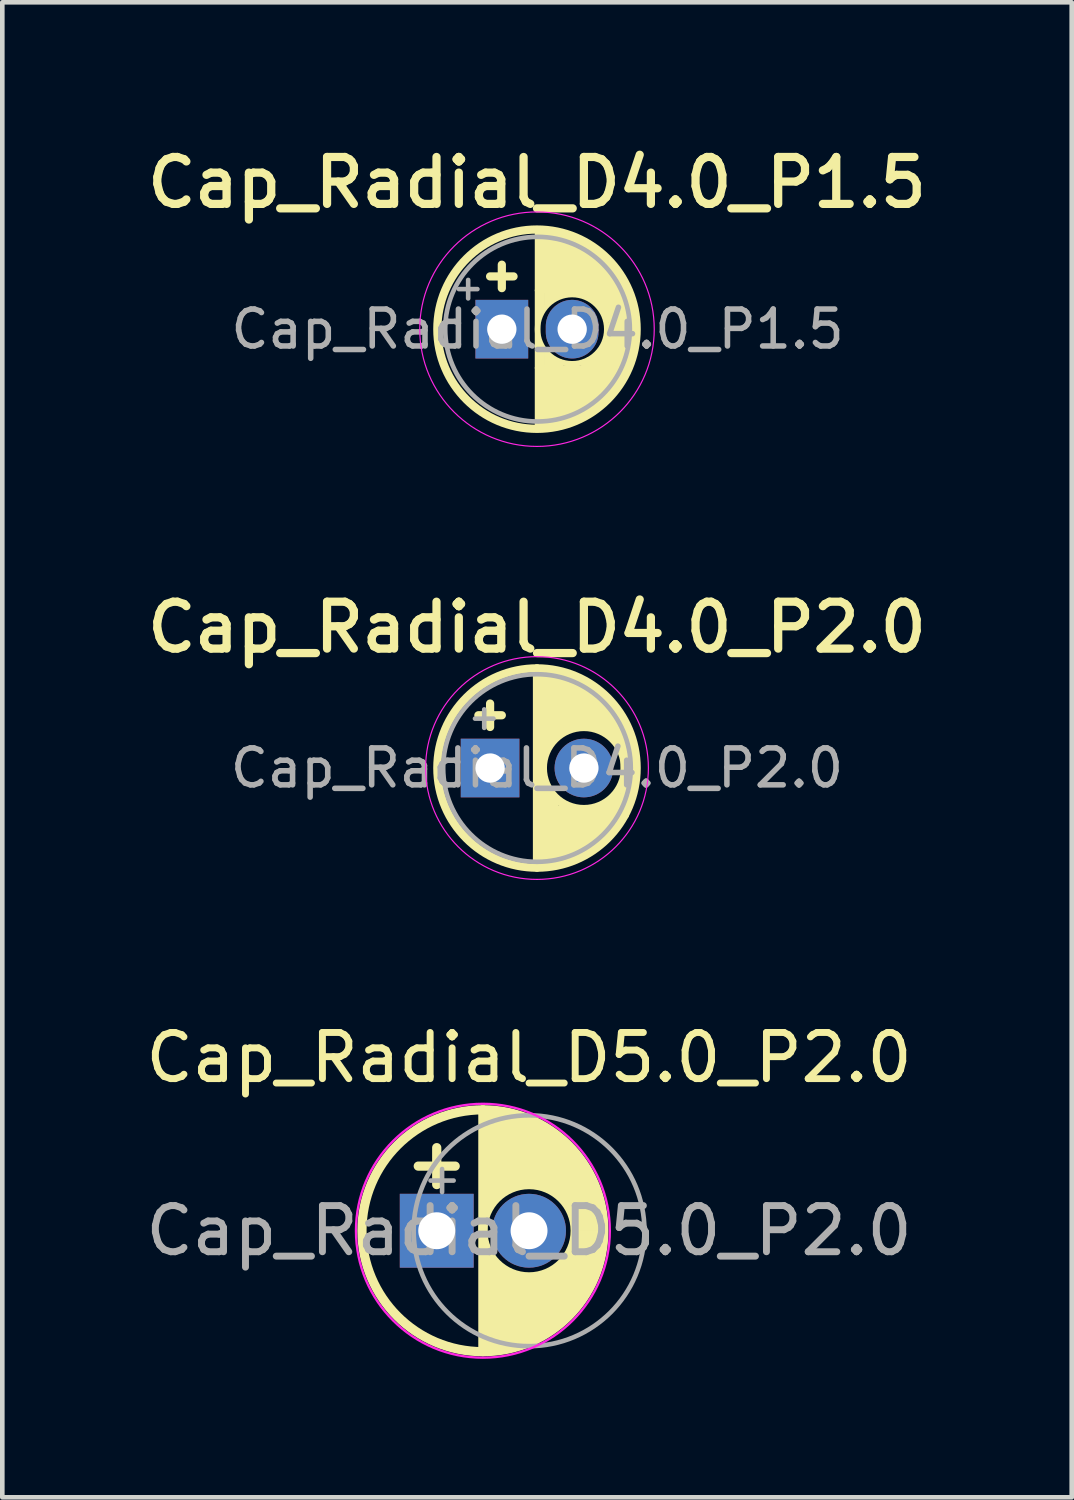
<source format=kicad_pcb>
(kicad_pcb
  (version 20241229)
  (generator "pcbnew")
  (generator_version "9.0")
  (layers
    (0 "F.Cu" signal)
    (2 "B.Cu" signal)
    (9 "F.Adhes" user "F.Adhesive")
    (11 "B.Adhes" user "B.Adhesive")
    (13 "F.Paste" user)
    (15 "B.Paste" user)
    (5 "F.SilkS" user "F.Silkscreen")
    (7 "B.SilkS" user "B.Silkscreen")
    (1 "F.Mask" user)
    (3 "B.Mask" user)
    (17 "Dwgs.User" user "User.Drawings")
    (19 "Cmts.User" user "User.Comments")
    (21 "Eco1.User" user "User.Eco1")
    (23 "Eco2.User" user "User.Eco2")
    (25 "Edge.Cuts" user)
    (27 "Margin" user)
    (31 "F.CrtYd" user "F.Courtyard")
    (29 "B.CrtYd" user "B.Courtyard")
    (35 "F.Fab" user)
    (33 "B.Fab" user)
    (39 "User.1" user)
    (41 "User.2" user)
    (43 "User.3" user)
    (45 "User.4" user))
  (footprint "Cap_Radial_D5.0_P2.0"
    (layer "F.Cu")
    (at 7.411 23.612)
    (property "Reference" "Cap_Radial_D5.0_P2.0" (at 1 -3.75 0) (layer "F.SilkS") (effects (font (size 1 1) (thickness 0.15))))
    (attr through_hole)
    (fp_line (start -1.4 -1.4) (end -0.6 -1.4) (stroke (width 0.2) (type solid)) (layer "F.SilkS"))
    (fp_line (start -1 -1.8) (end -1 -1) (stroke (width 0.2) (type solid)) (layer "F.SilkS"))
    (fp_line (start 0 -2.62) (end 0 2.62) (stroke (width 0.2) (type default)) (layer "F.SilkS"))
    (fp_line (start 2.561 -0.518) (end 2.561 0.518) (stroke (width 0.12) (type solid)) (layer "F.SilkS"))
    (fp_line (start 2.601 -0.284) (end 2.601 0.284) (stroke (width 0.12) (type solid)) (layer "F.SilkS"))
    (fp_circle (center 0 0) (end 2.62 0) (stroke (width 0.2) (type solid)) (fill no) (layer "F.SilkS"))
    (fp_circle (center 1 0) (end 2 0) (stroke (width 0.2) (type default)) (fill no) (layer "F.SilkS"))
    (fp_poly (pts (xy 0 -0.6) (xy 0 -2.62) (xy 1 -2.4) (xy 2 -1.8) (xy 2.5 -0.8) (xy 2.62 0) (xy 2 0) (xy 1.8 -0.6) (xy 1.2 -1) (xy 0.8 -1) (xy 0.2 -0.6)) (stroke (width 0.025) (type solid)) (fill yes) (layer "F.SilkS"))
    (fp_poly (pts (xy 0 0.6) (xy 0 2.62) (xy 1 2.4) (xy 2 1.8) (xy 2.5 0.8) (xy 2.62 0) (xy 2 0) (xy 1.8 0.6) (xy 1.2 1) (xy 0.8 1) (xy 0.2 0.6)) (stroke (width 0.025) (type solid)) (fill yes) (layer "F.SilkS"))
    (fp_circle (center 0 0) (end 2.75 0) (stroke (width 0.05) (type solid)) (fill no) (layer "F.CrtYd"))
    (fp_line (start -1.134 -1.087) (end -0.634 -1.087) (stroke (width 0.1) (type solid)) (layer "F.Fab"))
    (fp_line (start -0.884 -1.337) (end -0.884 -0.838) (stroke (width 0.1) (type solid)) (layer "F.Fab"))
    (fp_circle (center 1 0) (end 3.5 0) (stroke (width 0.1) (type solid)) (fill no) (layer "F.Fab"))
    (fp_text user "${REFERENCE}" (at 1 0 0) (layer "F.Fab") (effects (font (size 1 1) (thickness 0.15))))
    (pad "N" thru_hole circle (at 1 0) (size 1.6 1.6) (drill 0.8) (layers "*.Cu" "*.Mask"))
    (pad "P" thru_hole rect (at -1 0) (size 1.6 1.6) (drill 0.8) (layers "*.Cu" "*.Mask")))
  (footprint "Cap_Radial_D4.0_P2.0"
    (layer "F.Cu")
    (at 8.583 13.588)
    (property "Reference" "Cap_Radial_D4.0_P2.0" (at 0 -3.048 0) (layer "F.SilkS") (effects (font (size 1.016 1.016) (thickness 0.178))))
    (attr through_hole)
    (fp_line (start -1.27 -1.143) (end -0.762 -1.143) (stroke (width 0.178) (type solid)) (layer "F.SilkS"))
    (fp_line (start -1.016 -1.397) (end -1.016 -0.889) (stroke (width 0.178) (type solid)) (layer "F.SilkS"))
    (fp_line (start 0 2.159) (end 0 -2.159) (stroke (width 0.178) (type solid)) (layer "F.SilkS"))
    (fp_line (start 0.127 2.032) (end 0.127 -2.032) (stroke (width 0.178) (type solid)) (layer "F.SilkS"))
    (fp_line (start 0.254 -0.508) (end 0.254 -2.032) (stroke (width 0.178) (type solid)) (layer "F.SilkS"))
    (fp_line (start 0.254 2.032) (end 0.254 0.508) (stroke (width 0.178) (type solid)) (layer "F.SilkS"))
    (fp_line (start 0.381 -0.762) (end 0.381 -2.032) (stroke (width 0.178) (type solid)) (layer "F.SilkS"))
    (fp_line (start 0.381 2.032) (end 0.381 0.762) (stroke (width 0.178) (type solid)) (layer "F.SilkS"))
    (fp_line (start 0.508 -0.762) (end 0.508 -2.032) (stroke (width 0.178) (type solid)) (layer "F.SilkS"))
    (fp_line (start 0.508 2.032) (end 0.508 0.889) (stroke (width 0.178) (type solid)) (layer "F.SilkS"))
    (fp_line (start 0.635 -0.889) (end 0.635 -2.032) (stroke (width 0.178) (type solid)) (layer "F.SilkS"))
    (fp_line (start 0.635 1.905) (end 0.635 0.889) (stroke (width 0.178) (type solid)) (layer "F.SilkS"))
    (fp_line (start 0.762 -0.889) (end 0.762 -1.905) (stroke (width 0.178) (type solid)) (layer "F.SilkS"))
    (fp_line (start 0.762 1.905) (end 0.762 0.889) (stroke (width 0.178) (type solid)) (layer "F.SilkS"))
    (fp_line (start 0.889 -0.889) (end 0.889 -1.905) (stroke (width 0.178) (type solid)) (layer "F.SilkS"))
    (fp_line (start 0.889 1.905) (end 0.889 1.016) (stroke (width 0.178) (type solid)) (layer "F.SilkS"))
    (fp_line (start 1.016 -1.016) (end 1.016 -1.778) (stroke (width 0.178) (type solid)) (layer "F.SilkS"))
    (fp_line (start 1.016 1.778) (end 1.016 1.016) (stroke (width 0.178) (type solid)) (layer "F.SilkS"))
    (fp_line (start 1.143 -1.016) (end 1.143 -1.778) (stroke (width 0.178) (type solid)) (layer "F.SilkS"))
    (fp_line (start 1.143 1.778) (end 1.143 0.889) (stroke (width 0.178) (type solid)) (layer "F.SilkS"))
    (fp_line (start 1.27 -0.889) (end 1.27 -1.651) (stroke (width 0.178) (type solid)) (layer "F.SilkS"))
    (fp_line (start 1.27 1.651) (end 1.27 0.889) (stroke (width 0.178) (type solid)) (layer "F.SilkS"))
    (fp_line (start 1.397 -0.889) (end 1.397 -1.524) (stroke (width 0.178) (type solid)) (layer "F.SilkS"))
    (fp_line (start 1.397 1.524) (end 1.397 0.889) (stroke (width 0.178) (type solid)) (layer "F.SilkS"))
    (fp_line (start 1.524 -0.762) (end 1.524 -1.397) (stroke (width 0.178) (type solid)) (layer "F.SilkS"))
    (fp_line (start 1.524 1.397) (end 1.524 0.762) (stroke (width 0.178) (type solid)) (layer "F.SilkS"))
    (fp_line (start 1.651 -0.635) (end 1.651 -1.27) (stroke (width 0.178) (type solid)) (layer "F.SilkS"))
    (fp_line (start 1.651 1.27) (end 1.651 0.762) (stroke (width 0.178) (type solid)) (layer "F.SilkS"))
    (fp_line (start 1.778 -0.508) (end 1.778 -1.143) (stroke (width 0.178) (type solid)) (layer "F.SilkS"))
    (fp_line (start 1.778 1.143) (end 1.778 0.635) (stroke (width 0.178) (type solid)) (layer "F.SilkS"))
    (fp_line (start 1.905 0.635) (end 1.905 -0.889) (stroke (width 0.178) (type solid)) (layer "F.SilkS"))
    (fp_line (start 1.905 0.762) (end 1.905 -0.762) (stroke (width 0.178) (type solid)) (layer "F.SilkS"))
    (fp_line (start 1.905 1.016) (end 1.905 -0.508) (stroke (width 0.178) (type solid)) (layer "F.SilkS"))
    (fp_line (start 2.032 0.635) (end 2.032 -0.635) (stroke (width 0.12) (type solid)) (layer "F.SilkS"))
    (fp_circle (center 0 0) (end 2.159 0) (stroke (width 0.178) (type solid)) (fill no) (layer "F.SilkS"))
    (fp_circle (center 1.016 0) (end 1.905 0) (stroke (width 0.178) (type solid)) (fill no) (layer "F.SilkS"))
    (fp_circle (center 0 0) (end 2.413 0) (stroke (width 0.025) (type solid)) (fill no) (layer "F.CrtYd"))
    (fp_line (start -1.343 -1.07) (end -0.943 -1.07) (stroke (width 0.1) (type solid)) (layer "F.Fab"))
    (fp_line (start -1.143 -1.27) (end -1.143 -0.87) (stroke (width 0.1) (type solid)) (layer "F.Fab"))
    (fp_circle (center 0 0) (end 2.032 0) (stroke (width 0.1) (type solid)) (fill no) (layer "F.Fab"))
    (fp_text user "${REFERENCE}" (at 0 0 0) (layer "F.Fab") (effects (font (size 0.8 0.8) (thickness 0.12))))
    (pad "N" thru_hole circle (at 1.016 0) (size 1.27 1.27) (drill 0.635) (layers "*.Cu" "*.Mask"))
    (pad "P" thru_hole rect (at -1.016 0) (size 1.27 1.27) (drill 0.635) (layers "*.Cu" "*.Mask")))
  (footprint "Cap_Radial_D4.0_P1.5"
    (layer "F.Cu")
    (at 8.583 4.081)
    (property "Reference" "Cap_Radial_D4.0_P1.5" (at 0 -3.175 0) (layer "F.SilkS") (effects (font (size 1.016 1.016) (thickness 0.178))))
    (attr through_hole)
    (fp_line (start -1.016 -1.143) (end -0.508 -1.143) (stroke (width 0.178) (type solid)) (layer "F.SilkS"))
    (fp_line (start -0.762 -1.397) (end -0.762 -0.889) (stroke (width 0.178) (type solid)) (layer "F.SilkS"))
    (fp_line (start 0.012 -2.08) (end 0.012 -0.84) (stroke (width 0.12) (type solid)) (layer "F.SilkS"))
    (fp_line (start 0.012 -0.84) (end 0.012 0.84) (stroke (width 0.12) (type solid)) (layer "F.SilkS"))
    (fp_line (start 0.012 0.84) (end 0.012 2.08) (stroke (width 0.12) (type solid)) (layer "F.SilkS"))
    (fp_line (start 0.052 -2.08) (end 0.052 -0.84) (stroke (width 0.12) (type solid)) (layer "F.SilkS"))
    (fp_line (start 0.052 0.84) (end 0.052 2.08) (stroke (width 0.12) (type solid)) (layer "F.SilkS"))
    (fp_line (start 0.092 -2.079) (end 0.092 -0.84) (stroke (width 0.12) (type solid)) (layer "F.SilkS"))
    (fp_line (start 0.092 -1.061) (end 0.092 -0.463) (stroke (width 0.12) (type solid)) (layer "F.SilkS"))
    (fp_line (start 0.092 0.84) (end 0.092 2.079) (stroke (width 0.12) (type solid)) (layer "F.SilkS"))
    (fp_line (start 0.102 0.463) (end 0.102 1.061) (stroke (width 0.12) (type solid)) (layer "F.SilkS"))
    (fp_line (start 0.132 -2.077) (end 0.132 -0.84) (stroke (width 0.12) (type solid)) (layer "F.SilkS"))
    (fp_line (start 0.132 0.84) (end 0.132 2.077) (stroke (width 0.12) (type solid)) (layer "F.SilkS"))
    (fp_line (start 0.172 -2.074) (end 0.172 -0.84) (stroke (width 0.12) (type solid)) (layer "F.SilkS"))
    (fp_line (start 0.172 0.84) (end 0.172 2.074) (stroke (width 0.12) (type solid)) (layer "F.SilkS"))
    (fp_line (start 0.212 -2.071) (end 0.212 -0.84) (stroke (width 0.12) (type solid)) (layer "F.SilkS"))
    (fp_line (start 0.212 -1.139) (end 0.212 -0.541) (stroke (width 0.12) (type solid)) (layer "F.SilkS"))
    (fp_line (start 0.212 0.541) (end 0.212 1.139) (stroke (width 0.12) (type solid)) (layer "F.SilkS"))
    (fp_line (start 0.212 0.84) (end 0.212 2.071) (stroke (width 0.12) (type solid)) (layer "F.SilkS"))
    (fp_line (start 0.252 -2.067) (end 0.252 -0.84) (stroke (width 0.12) (type solid)) (layer "F.SilkS"))
    (fp_line (start 0.252 0.615) (end 0.252 1.213) (stroke (width 0.12) (type solid)) (layer "F.SilkS"))
    (fp_line (start 0.252 0.84) (end 0.252 2.067) (stroke (width 0.12) (type solid)) (layer "F.SilkS"))
    (fp_line (start 0.292 -2.062) (end 0.292 -0.84) (stroke (width 0.12) (type solid)) (layer "F.SilkS"))
    (fp_line (start 0.292 -1.213) (end 0.292 -0.615) (stroke (width 0.12) (type solid)) (layer "F.SilkS"))
    (fp_line (start 0.292 0.84) (end 0.292 2.062) (stroke (width 0.12) (type solid)) (layer "F.SilkS"))
    (fp_line (start 0.332 -2.056) (end 0.332 -0.84) (stroke (width 0.12) (type solid)) (layer "F.SilkS"))
    (fp_line (start 0.332 -1.315) (end 0.332 -0.717) (stroke (width 0.12) (type solid)) (layer "F.SilkS"))
    (fp_line (start 0.332 0.84) (end 0.332 2.056) (stroke (width 0.12) (type solid)) (layer "F.SilkS"))
    (fp_line (start 0.356 0.666) (end 0.356 1.264) (stroke (width 0.12) (type solid)) (layer "F.SilkS"))
    (fp_line (start 0.372 -2.05) (end 0.372 -0.84) (stroke (width 0.12) (type solid)) (layer "F.SilkS"))
    (fp_line (start 0.372 0.84) (end 0.372 2.05) (stroke (width 0.12) (type solid)) (layer "F.SilkS"))
    (fp_line (start 0.406 -1.315) (end 0.406 -0.717) (stroke (width 0.12) (type solid)) (layer "F.SilkS"))
    (fp_line (start 0.406 0.717) (end 0.406 1.315) (stroke (width 0.12) (type solid)) (layer "F.SilkS"))
    (fp_line (start 0.412 -2.042) (end 0.412 -0.84) (stroke (width 0.12) (type solid)) (layer "F.SilkS"))
    (fp_line (start 0.412 0.84) (end 0.412 2.042) (stroke (width 0.12) (type solid)) (layer "F.SilkS"))
    (fp_line (start 0.452 -2.034) (end 0.452 -0.84) (stroke (width 0.12) (type solid)) (layer "F.SilkS"))
    (fp_line (start 0.452 0.84) (end 0.452 2.034) (stroke (width 0.12) (type solid)) (layer "F.SilkS"))
    (fp_line (start 0.492 -2.025) (end 0.492 -0.84) (stroke (width 0.12) (type solid)) (layer "F.SilkS"))
    (fp_line (start 0.492 0.84) (end 0.492 2.025) (stroke (width 0.12) (type solid)) (layer "F.SilkS"))
    (fp_line (start 0.508 -1.315) (end 0.508 -0.717) (stroke (width 0.12) (type solid)) (layer "F.SilkS"))
    (fp_line (start 0.508 0.717) (end 0.508 1.315) (stroke (width 0.12) (type solid)) (layer "F.SilkS"))
    (fp_line (start 0.532 -2.016) (end 0.532 -0.84) (stroke (width 0.12) (type solid)) (layer "F.SilkS"))
    (fp_line (start 0.532 0.84) (end 0.532 2.016) (stroke (width 0.12) (type solid)) (layer "F.SilkS"))
    (fp_line (start 0.572 -2.005) (end 0.572 -0.84) (stroke (width 0.12) (type solid)) (layer "F.SilkS"))
    (fp_line (start 0.572 0.84) (end 0.572 2.005) (stroke (width 0.12) (type solid)) (layer "F.SilkS"))
    (fp_line (start 0.612 -1.994) (end 0.612 -0.84) (stroke (width 0.12) (type solid)) (layer "F.SilkS"))
    (fp_line (start 0.612 0.84) (end 0.612 1.994) (stroke (width 0.12) (type solid)) (layer "F.SilkS"))
    (fp_line (start 0.652 -1.982) (end 0.652 -0.84) (stroke (width 0.12) (type solid)) (layer "F.SilkS"))
    (fp_line (start 0.652 0.84) (end 0.652 1.982) (stroke (width 0.12) (type solid)) (layer "F.SilkS"))
    (fp_line (start 0.692 -1.968) (end 0.692 -0.84) (stroke (width 0.12) (type solid)) (layer "F.SilkS"))
    (fp_line (start 0.692 0.84) (end 0.692 1.968) (stroke (width 0.12) (type solid)) (layer "F.SilkS"))
    (fp_line (start 0.733 -1.954) (end 0.733 -0.84) (stroke (width 0.12) (type solid)) (layer "F.SilkS"))
    (fp_line (start 0.733 0.84) (end 0.733 1.954) (stroke (width 0.12) (type solid)) (layer "F.SilkS"))
    (fp_line (start 0.773 -1.94) (end 0.773 -0.84) (stroke (width 0.12) (type solid)) (layer "F.SilkS"))
    (fp_line (start 0.773 0.84) (end 0.773 1.94) (stroke (width 0.12) (type solid)) (layer "F.SilkS"))
    (fp_line (start 0.813 -1.924) (end 0.813 -0.84) (stroke (width 0.12) (type solid)) (layer "F.SilkS"))
    (fp_line (start 0.813 0.84) (end 0.813 1.924) (stroke (width 0.12) (type solid)) (layer "F.SilkS"))
    (fp_line (start 0.853 -1.907) (end 0.853 -0.84) (stroke (width 0.12) (type solid)) (layer "F.SilkS"))
    (fp_line (start 0.853 0.84) (end 0.853 1.907) (stroke (width 0.12) (type solid)) (layer "F.SilkS"))
    (fp_line (start 0.893 -1.889) (end 0.893 -0.84) (stroke (width 0.12) (type solid)) (layer "F.SilkS"))
    (fp_line (start 0.893 0.84) (end 0.893 1.889) (stroke (width 0.12) (type solid)) (layer "F.SilkS"))
    (fp_line (start 0.933 -1.87) (end 0.933 -0.84) (stroke (width 0.12) (type solid)) (layer "F.SilkS"))
    (fp_line (start 0.933 0.84) (end 0.933 1.87) (stroke (width 0.12) (type solid)) (layer "F.SilkS"))
    (fp_line (start 0.973 -1.851) (end 0.973 -0.84) (stroke (width 0.12) (type solid)) (layer "F.SilkS"))
    (fp_line (start 0.973 0.84) (end 0.973 1.851) (stroke (width 0.12) (type solid)) (layer "F.SilkS"))
    (fp_line (start 1.013 -1.83) (end 1.013 -0.84) (stroke (width 0.12) (type solid)) (layer "F.SilkS"))
    (fp_line (start 1.013 0.84) (end 1.013 1.83) (stroke (width 0.12) (type solid)) (layer "F.SilkS"))
    (fp_line (start 1.016 -1.366) (end 1.016 -0.768) (stroke (width 0.12) (type solid)) (layer "F.SilkS"))
    (fp_line (start 1.016 0.717) (end 1.016 1.315) (stroke (width 0.12) (type solid)) (layer "F.SilkS"))
    (fp_line (start 1.053 -1.808) (end 1.053 -0.84) (stroke (width 0.12) (type solid)) (layer "F.SilkS"))
    (fp_line (start 1.053 0.84) (end 1.053 1.808) (stroke (width 0.12) (type solid)) (layer "F.SilkS"))
    (fp_line (start 1.067 -1.315) (end 1.067 -0.717) (stroke (width 0.12) (type solid)) (layer "F.SilkS"))
    (fp_line (start 1.067 0.768) (end 1.067 1.366) (stroke (width 0.12) (type solid)) (layer "F.SilkS"))
    (fp_line (start 1.093 -1.785) (end 1.093 -0.84) (stroke (width 0.12) (type solid)) (layer "F.SilkS"))
    (fp_line (start 1.093 0.84) (end 1.093 1.785) (stroke (width 0.12) (type solid)) (layer "F.SilkS"))
    (fp_line (start 1.118 0.666) (end 1.118 1.264) (stroke (width 0.12) (type solid)) (layer "F.SilkS"))
    (fp_line (start 1.133 -1.76) (end 1.133 -0.84) (stroke (width 0.12) (type solid)) (layer "F.SilkS"))
    (fp_line (start 1.133 0.84) (end 1.133 1.76) (stroke (width 0.12) (type solid)) (layer "F.SilkS"))
    (fp_line (start 1.168 -1.264) (end 1.168 -0.666) (stroke (width 0.12) (type solid)) (layer "F.SilkS"))
    (fp_line (start 1.168 0.666) (end 1.168 1.264) (stroke (width 0.12) (type solid)) (layer "F.SilkS"))
    (fp_line (start 1.173 -1.735) (end 1.173 -0.84) (stroke (width 0.12) (type solid)) (layer "F.SilkS"))
    (fp_line (start 1.173 0.84) (end 1.173 1.735) (stroke (width 0.12) (type solid)) (layer "F.SilkS"))
    (fp_line (start 1.213 -1.708) (end 1.213 -0.84) (stroke (width 0.12) (type solid)) (layer "F.SilkS"))
    (fp_line (start 1.213 0.84) (end 1.213 1.708) (stroke (width 0.12) (type solid)) (layer "F.SilkS"))
    (fp_line (start 1.219 0.615) (end 1.219 1.213) (stroke (width 0.12) (type solid)) (layer "F.SilkS"))
    (fp_line (start 1.253 -1.68) (end 1.253 -0.84) (stroke (width 0.12) (type solid)) (layer "F.SilkS"))
    (fp_line (start 1.253 0.84) (end 1.253 1.68) (stroke (width 0.12) (type solid)) (layer "F.SilkS"))
    (fp_line (start 1.27 -1.213) (end 1.27 -0.615) (stroke (width 0.12) (type solid)) (layer "F.SilkS"))
    (fp_line (start 1.293 -1.65) (end 1.293 -0.84) (stroke (width 0.12) (type solid)) (layer "F.SilkS"))
    (fp_line (start 1.293 0.84) (end 1.293 1.65) (stroke (width 0.12) (type solid)) (layer "F.SilkS"))
    (fp_line (start 1.333 -1.619) (end 1.333 -0.84) (stroke (width 0.12) (type solid)) (layer "F.SilkS"))
    (fp_line (start 1.333 -1.139) (end 1.333 -0.541) (stroke (width 0.12) (type solid)) (layer "F.SilkS"))
    (fp_line (start 1.333 0.615) (end 1.333 1.213) (stroke (width 0.12) (type solid)) (layer "F.SilkS"))
    (fp_line (start 1.333 0.84) (end 1.333 1.619) (stroke (width 0.12) (type solid)) (layer "F.SilkS"))
    (fp_line (start 1.372 0.463) (end 1.372 1.061) (stroke (width 0.12) (type solid)) (layer "F.SilkS"))
    (fp_line (start 1.373 -1.587) (end 1.373 -0.84) (stroke (width 0.12) (type solid)) (layer "F.SilkS"))
    (fp_line (start 1.373 0.84) (end 1.373 1.587) (stroke (width 0.12) (type solid)) (layer "F.SilkS"))
    (fp_line (start 1.413 -1.552) (end 1.413 -0.84) (stroke (width 0.12) (type solid)) (layer "F.SilkS"))
    (fp_line (start 1.413 0.84) (end 1.413 1.552) (stroke (width 0.12) (type solid)) (layer "F.SilkS"))
    (fp_line (start 1.422 -1.01) (end 1.422 -0.412) (stroke (width 0.12) (type solid)) (layer "F.SilkS"))
    (fp_line (start 1.453 -1.516) (end 1.453 -0.84) (stroke (width 0.12) (type solid)) (layer "F.SilkS"))
    (fp_line (start 1.453 0.84) (end 1.453 1.516) (stroke (width 0.12) (type solid)) (layer "F.SilkS"))
    (fp_line (start 1.473 0.311) (end 1.473 0.909) (stroke (width 0.12) (type solid)) (layer "F.SilkS"))
    (fp_line (start 1.493 -1.478) (end 1.493 -0.84) (stroke (width 0.12) (type solid)) (layer "F.SilkS"))
    (fp_line (start 1.493 0.84) (end 1.493 1.478) (stroke (width 0.12) (type solid)) (layer "F.SilkS"))
    (fp_line (start 1.524 0.158) (end 1.524 0.756) (stroke (width 0.12) (type solid)) (layer "F.SilkS"))
    (fp_line (start 1.533 -0.801) (end 1.533 -0.203) (stroke (width 0.12) (type solid)) (layer "F.SilkS"))
    (fp_line (start 1.533 0.84) (end 1.533 1.438) (stroke (width 0.12) (type solid)) (layer "F.SilkS"))
    (fp_line (start 1.573 -1.396) (end 1.573 -0.84) (stroke (width 0.12) (type solid)) (layer "F.SilkS"))
    (fp_line (start 1.573 0.84) (end 1.573 1.396) (stroke (width 0.12) (type solid)) (layer "F.SilkS"))
    (fp_line (start 1.613 -1.351) (end 1.613 1.351) (stroke (width 0.12) (type solid)) (layer "F.SilkS"))
    (fp_line (start 1.653 -1.304) (end 1.653 1.304) (stroke (width 0.12) (type solid)) (layer "F.SilkS"))
    (fp_line (start 1.693 -1.254) (end 1.693 1.254) (stroke (width 0.12) (type solid)) (layer "F.SilkS"))
    (fp_line (start 1.733 -1.2) (end 1.733 1.2) (stroke (width 0.12) (type solid)) (layer "F.SilkS"))
    (fp_line (start 1.773 -1.142) (end 1.773 1.142) (stroke (width 0.12) (type solid)) (layer "F.SilkS"))
    (fp_line (start 1.813 -1.08) (end 1.813 1.08) (stroke (width 0.12) (type solid)) (layer "F.SilkS"))
    (fp_line (start 1.853 -1.013) (end 1.853 1.013) (stroke (width 0.12) (type solid)) (layer "F.SilkS"))
    (fp_line (start 1.893 -0.94) (end 1.893 0.94) (stroke (width 0.12) (type solid)) (layer "F.SilkS"))
    (fp_line (start 1.933 -0.859) (end 1.933 0.859) (stroke (width 0.12) (type solid)) (layer "F.SilkS"))
    (fp_line (start 1.973 -0.768) (end 1.973 0.768) (stroke (width 0.12) (type solid)) (layer "F.SilkS"))
    (fp_line (start 2.013 -0.664) (end 2.013 0.664) (stroke (width 0.12) (type solid)) (layer "F.SilkS"))
    (fp_line (start 2.053 -0.537) (end 2.053 0.537) (stroke (width 0.12) (type solid)) (layer "F.SilkS"))
    (fp_line (start 2.093 -0.37) (end 2.093 0.37) (stroke (width 0.12) (type solid)) (layer "F.SilkS"))
    (fp_circle (center 0 0) (end 2.159 0) (stroke (width 0.178) (type solid)) (fill no) (layer "F.SilkS"))
    (fp_circle (center 0.762 0) (end 0.012 0) (stroke (width 0.12) (type solid)) (fill no) (layer "F.SilkS"))
    (fp_circle (center 0 0) (end 2.54 0) (stroke (width 0.025) (type solid)) (fill no) (layer "F.CrtYd"))
    (fp_line (start -1.691 -0.868) (end -1.291 -0.868) (stroke (width 0.1) (type solid)) (layer "F.Fab"))
    (fp_line (start -1.491 -1.067) (end -1.491 -0.667) (stroke (width 0.1) (type solid)) (layer "F.Fab"))
    (fp_circle (center 0.012 0) (end 2.012 0) (stroke (width 0.1) (type solid)) (fill no) (layer "F.Fab"))
    (fp_text user "${REFERENCE}" (at 0.012 0 0) (layer "F.Fab") (effects (font (size 0.8 0.8) (thickness 0.12))))
    (pad "N" thru_hole oval (at 0.762 0) (size 1.143 1.27) (drill 0.635) (layers "*.Cu" "*.Mask"))
    (pad "P" thru_hole rect (at -0.762 0) (size 1.143 1.27) (drill 0.635) (layers "*.Cu" "*.Mask")))
  (gr_rect
    (start -3 -3)
    (end 20.167 29.387)
    (stroke (width 0.1) (type default))
    (fill no)
    (layer "Edge.Cuts")))
</source>
